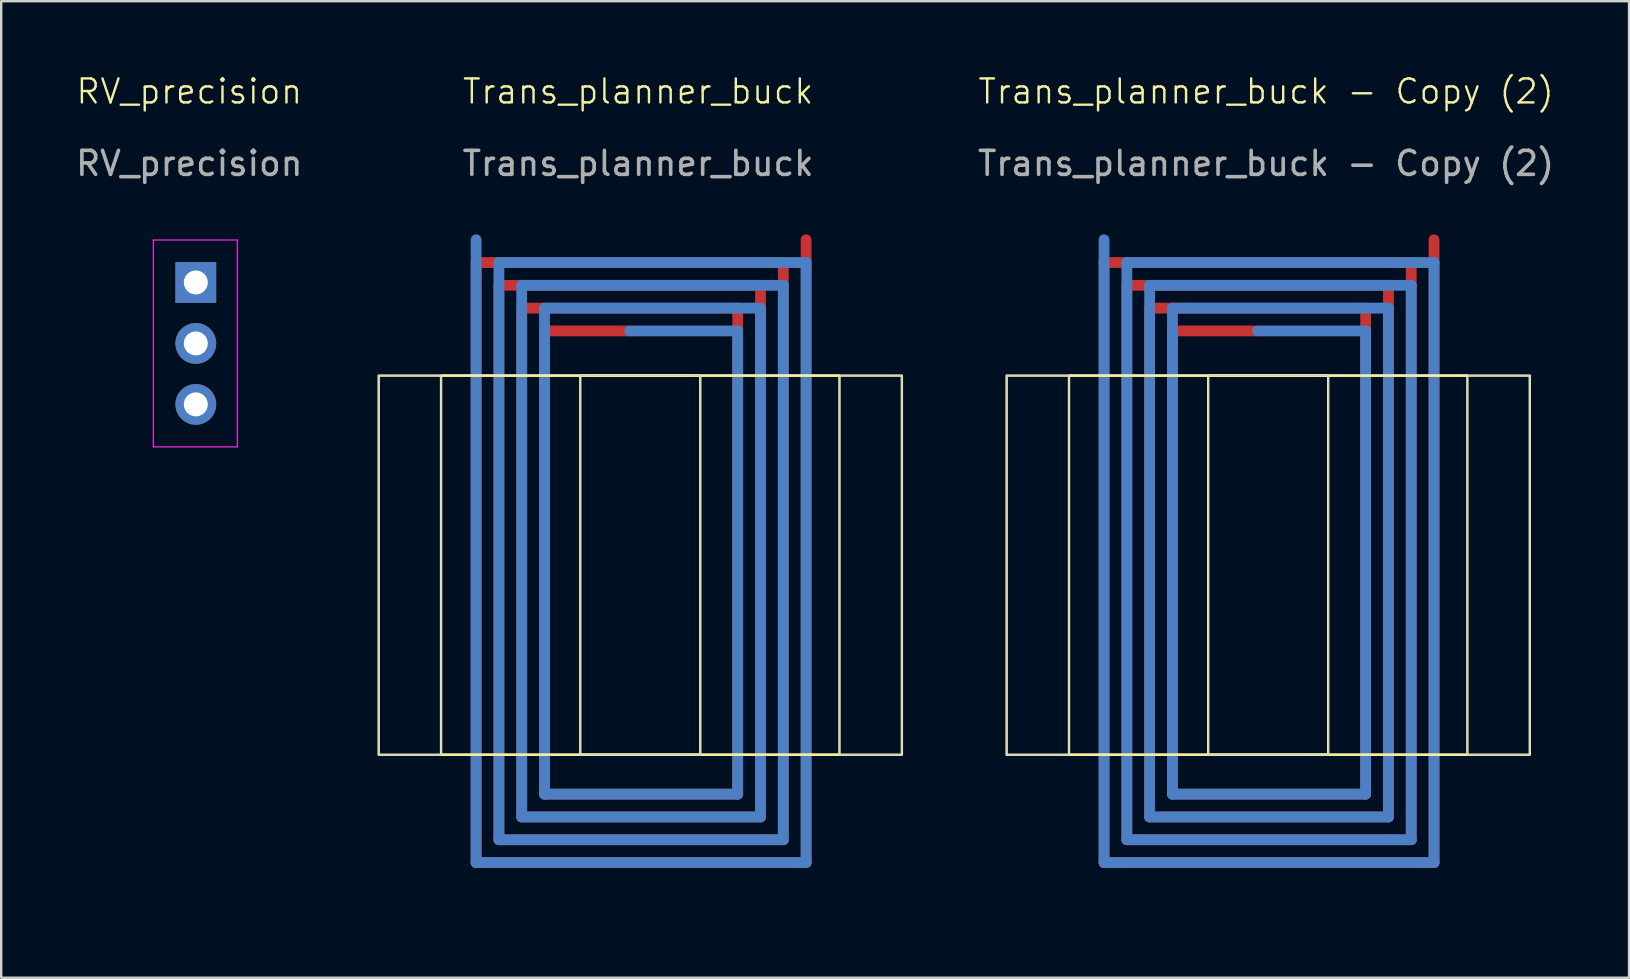
<source format=kicad_pcb>
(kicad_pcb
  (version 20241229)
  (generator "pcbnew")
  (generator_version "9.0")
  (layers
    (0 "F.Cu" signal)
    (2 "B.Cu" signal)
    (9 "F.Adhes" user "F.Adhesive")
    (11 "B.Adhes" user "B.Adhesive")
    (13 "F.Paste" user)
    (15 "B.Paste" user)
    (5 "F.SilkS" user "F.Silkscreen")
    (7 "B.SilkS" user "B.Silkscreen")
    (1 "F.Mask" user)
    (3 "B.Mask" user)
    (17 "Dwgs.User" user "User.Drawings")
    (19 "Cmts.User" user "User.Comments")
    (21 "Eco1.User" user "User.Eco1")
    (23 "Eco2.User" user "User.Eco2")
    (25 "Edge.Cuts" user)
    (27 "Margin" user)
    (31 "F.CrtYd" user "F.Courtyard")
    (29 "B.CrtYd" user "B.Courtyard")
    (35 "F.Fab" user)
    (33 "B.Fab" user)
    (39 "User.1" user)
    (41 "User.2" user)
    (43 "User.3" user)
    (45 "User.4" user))
  (footprint "Trans_planner_buck"
    (layer "F.Cu")
    (at 23.539 1.26)
    (property "Reference" "Trans_planner_buck" (at 0 -0.5 0) (unlocked yes) (layer "F.SilkS") (effects (font (size 1 1) (thickness 0.1))))
    (fp_line (start -6.75 6.63) (end 6.05 6.63) (stroke (width 0.45) (type default)) (layer "F.Cu"))
    (fp_line (start -6.75 31.63) (end -6.75 6.63) (stroke (width 0.45) (type default)) (layer "F.Cu"))
    (fp_line (start -5.8 7.58) (end 5.1 7.58) (stroke (width 0.45) (type default)) (layer "F.Cu"))
    (fp_line (start -5.8 30.68) (end -5.8 7.58) (stroke (width 0.45) (type default)) (layer "F.Cu"))
    (fp_line (start -4.85 8.53) (end 4.15 8.53) (stroke (width 0.45) (type default)) (layer "F.Cu"))
    (fp_line (start -4.85 29.73) (end -4.85 8.53) (stroke (width 0.45) (type default)) (layer "F.Cu"))
    (fp_line (start -3.9 9.48) (end -0.4 9.48) (stroke (width 0.45) (type default)) (layer "F.Cu"))
    (fp_line (start -3.9 28.78) (end -3.9 9.48) (stroke (width 0.45) (type default)) (layer "F.Cu"))
    (fp_line (start 4.15 8.53) (end 4.15 28.78) (stroke (width 0.45) (type default)) (layer "F.Cu"))
    (fp_line (start 4.15 28.78) (end -3.9 28.78) (stroke (width 0.45) (type default)) (layer "F.Cu"))
    (fp_line (start 5.1 7.58) (end 5.1 29.73) (stroke (width 0.45) (type default)) (layer "F.Cu"))
    (fp_line (start 5.1 29.73) (end -4.85 29.73) (stroke (width 0.45) (type default)) (layer "F.Cu"))
    (fp_line (start 6.05 6.63) (end 6.05 30.68) (stroke (width 0.45) (type default)) (layer "F.Cu"))
    (fp_line (start 6.05 30.68) (end -5.8 30.68) (stroke (width 0.45) (type default)) (layer "F.Cu"))
    (fp_line (start 7 5.68) (end 7 31.63) (stroke (width 0.45) (type default)) (layer "F.Cu"))
    (fp_line (start 7 31.63) (end -6.75 31.63) (stroke (width 0.45) (type default)) (layer "F.Cu"))
    (fp_line (start -6.75 5.68) (end -6.75 31.63) (stroke (width 0.45) (type default)) (layer "B.Cu"))
    (fp_line (start -6.75 31.63) (end 7 31.63) (stroke (width 0.45) (type default)) (layer "B.Cu"))
    (fp_line (start -5.8 6.63) (end -5.8 30.68) (stroke (width 0.45) (type default)) (layer "B.Cu"))
    (fp_line (start -5.8 30.68) (end 6.05 30.68) (stroke (width 0.45) (type default)) (layer "B.Cu"))
    (fp_line (start -4.85 7.58) (end -4.85 29.73) (stroke (width 0.45) (type default)) (layer "B.Cu"))
    (fp_line (start -4.85 29.73) (end 5.1 29.73) (stroke (width 0.45) (type default)) (layer "B.Cu"))
    (fp_line (start -3.9 8.53) (end -3.9 28.78) (stroke (width 0.45) (type default)) (layer "B.Cu"))
    (fp_line (start -3.9 28.78) (end 4.15 28.78) (stroke (width 0.45) (type default)) (layer "B.Cu"))
    (fp_line (start 4.15 9.48) (end -0.35 9.48) (stroke (width 0.45) (type default)) (layer "B.Cu"))
    (fp_line (start 4.15 28.78) (end 4.15 9.48) (stroke (width 0.45) (type default)) (layer "B.Cu"))
    (fp_line (start 5.1 8.53) (end -3.9 8.53) (stroke (width 0.45) (type default)) (layer "B.Cu"))
    (fp_line (start 5.1 29.73) (end 5.1 8.53) (stroke (width 0.45) (type default)) (layer "B.Cu"))
    (fp_line (start 6.05 7.58) (end -4.85 7.58) (stroke (width 0.45) (type default)) (layer "B.Cu"))
    (fp_line (start 6.05 30.68) (end 6.05 7.58) (stroke (width 0.45) (type default)) (layer "B.Cu"))
    (fp_line (start 7 6.63) (end -5.8 6.63) (stroke (width 0.45) (type default)) (layer "B.Cu"))
    (fp_line (start 7 31.63) (end 7 6.63) (stroke (width 0.45) (type default)) (layer "B.Cu"))
    (fp_line (start -5.85 7.055) (end 6 7.055) (stroke (width 1) (type solid)) (layer "In1.Cu"))
    (fp_line (start -5.85 28.56) (end -5.85 7.055) (stroke (width 1) (type solid)) (layer "In1.Cu"))
    (fp_line (start 6 7.055) (end 6 28.55) (stroke (width 1) (type solid)) (layer "In1.Cu"))
    (fp_rect (start -10.81 11.34) (end 10.99 27.14) (stroke (width 0.1) (type solid)) (fill no) (layer "F.SilkS"))
    (fp_rect (start -8.21 11.34) (end 8.39 27.14) (stroke (width 0.1) (type solid)) (fill no) (layer "F.SilkS"))
    (fp_rect (start -2.41 11.34) (end 2.59 27.14) (stroke (width 0.1) (type solid)) (fill no) (layer "F.SilkS"))
    (fp_line (start -5.85 32.93) (end -5.85 7.06) (stroke (width 1) (type solid)) (layer "In2.Cu"))
    (fp_line (start 6 7.06) (end 6 32.68) (stroke (width 1) (type solid)) (layer "In2.Cu"))
    (fp_rect (start -10.8 11.34) (end -8.21 27.14) (stroke (width 0.05) (type default)) (fill no) (layer "Edge.Cuts"))
    (fp_rect (start -2.41 11.34) (end 2.6 27.14) (stroke (width 0.05) (type default)) (fill no) (layer "Edge.Cuts"))
    (fp_rect (start 8.39 11.34) (end 10.99 27.13) (stroke (width 0.05) (type default)) (fill no) (layer "Edge.Cuts"))
    (fp_text user "${REFERENCE}" (at 0 2.5 0) (unlocked yes) (layer "F.Fab") (effects (font (size 1 1) (thickness 0.15)))))
  (footprint "RV_precision"
    (layer "F.Cu")
    (at 4.839 1.26)
    (property "Reference" "RV_precision" (at 0 -0.5 0) (unlocked yes) (layer "F.SilkS") (effects (font (size 1 1) (thickness 0.1))))
    (fp_line (start -1.5 5.69) (end -1.5 14.31) (stroke (width 0.05) (type solid)) (layer "F.CrtYd"))
    (fp_line (start -1.5 14.31) (end 2 14.31) (stroke (width 0.05) (type solid)) (layer "F.CrtYd"))
    (fp_line (start 2 5.69) (end -1.5 5.69) (stroke (width 0.05) (type solid)) (layer "F.CrtYd"))
    (fp_line (start 2 14.31) (end 2 5.69) (stroke (width 0.05) (type solid)) (layer "F.CrtYd"))
    (fp_line (start -0.05 7.14) (end -0.05 7.78) (stroke (width 0.1) (type solid)) (layer "F.Fab"))
    (fp_line (start -0.05 9.68) (end -0.05 10.32) (stroke (width 0.1) (type solid)) (layer "F.Fab"))
    (fp_line (start -0.05 12.22) (end -0.05 12.86) (stroke (width 0.1) (type solid)) (layer "F.Fab"))
    (fp_text user "${REFERENCE}" (at 0 2.5 0) (unlocked yes) (layer "F.Fab") (effects (font (size 1 1) (thickness 0.15))))
    (pad "1" thru_hole rect (at 0.27 7.46) (size 1.7 1.7) (drill 1) (layers "*.Cu" "*.Mask"))
    (pad "2" thru_hole circle (at 0.27 10) (size 1.7 1.7) (drill 1) (layers "*.Cu" "*.Mask"))
    (pad "3" thru_hole circle (at 0.27 12.54) (size 1.7 1.7) (drill 1) (layers "*.Cu" "*.Mask")))
  (footprint "Trans_planner_buck - Copy (2)"
    (layer "F.Cu")
    (at 49.704 1.26)
    (property "Reference" "Trans_planner_buck - Copy (2)" (at 0 -0.5 0) (unlocked yes) (layer "F.SilkS") (effects (font (size 1 1) (thickness 0.1))))
    (fp_line (start -6.75 6.63) (end 6.05 6.63) (stroke (width 0.45) (type default)) (layer "F.Cu"))
    (fp_line (start -6.75 31.63) (end -6.75 6.63) (stroke (width 0.45) (type default)) (layer "F.Cu"))
    (fp_line (start -5.8 7.58) (end 5.1 7.58) (stroke (width 0.45) (type default)) (layer "F.Cu"))
    (fp_line (start -5.8 30.68) (end -5.8 7.58) (stroke (width 0.45) (type default)) (layer "F.Cu"))
    (fp_line (start -4.85 8.53) (end 4.15 8.53) (stroke (width 0.45) (type default)) (layer "F.Cu"))
    (fp_line (start -4.85 29.73) (end -4.85 8.53) (stroke (width 0.45) (type default)) (layer "F.Cu"))
    (fp_line (start -3.9 9.48) (end -0.4 9.48) (stroke (width 0.45) (type default)) (layer "F.Cu"))
    (fp_line (start -3.9 28.78) (end -3.9 9.48) (stroke (width 0.45) (type default)) (layer "F.Cu"))
    (fp_line (start 4.15 8.53) (end 4.15 28.78) (stroke (width 0.45) (type default)) (layer "F.Cu"))
    (fp_line (start 4.15 28.78) (end -3.9 28.78) (stroke (width 0.45) (type default)) (layer "F.Cu"))
    (fp_line (start 5.1 7.58) (end 5.1 29.73) (stroke (width 0.45) (type default)) (layer "F.Cu"))
    (fp_line (start 5.1 29.73) (end -4.85 29.73) (stroke (width 0.45) (type default)) (layer "F.Cu"))
    (fp_line (start 6.05 6.63) (end 6.05 30.68) (stroke (width 0.45) (type default)) (layer "F.Cu"))
    (fp_line (start 6.05 30.68) (end -5.8 30.68) (stroke (width 0.45) (type default)) (layer "F.Cu"))
    (fp_line (start 7 5.68) (end 7 31.63) (stroke (width 0.45) (type default)) (layer "F.Cu"))
    (fp_line (start 7 31.63) (end -6.75 31.63) (stroke (width 0.45) (type default)) (layer "F.Cu"))
    (fp_line (start -6.75 5.68) (end -6.75 31.63) (stroke (width 0.45) (type default)) (layer "B.Cu"))
    (fp_line (start -6.75 31.63) (end 7 31.63) (stroke (width 0.45) (type default)) (layer "B.Cu"))
    (fp_line (start -5.8 6.63) (end -5.8 30.68) (stroke (width 0.45) (type default)) (layer "B.Cu"))
    (fp_line (start -5.8 30.68) (end 6.05 30.68) (stroke (width 0.45) (type default)) (layer "B.Cu"))
    (fp_line (start -4.85 7.58) (end -4.85 29.73) (stroke (width 0.45) (type default)) (layer "B.Cu"))
    (fp_line (start -4.85 29.73) (end 5.1 29.73) (stroke (width 0.45) (type default)) (layer "B.Cu"))
    (fp_line (start -3.9 8.53) (end -3.9 28.78) (stroke (width 0.45) (type default)) (layer "B.Cu"))
    (fp_line (start -3.9 28.78) (end 4.15 28.78) (stroke (width 0.45) (type default)) (layer "B.Cu"))
    (fp_line (start 4.15 9.48) (end -0.35 9.48) (stroke (width 0.45) (type default)) (layer "B.Cu"))
    (fp_line (start 4.15 28.78) (end 4.15 9.48) (stroke (width 0.45) (type default)) (layer "B.Cu"))
    (fp_line (start 5.1 8.53) (end -3.9 8.53) (stroke (width 0.45) (type default)) (layer "B.Cu"))
    (fp_line (start 5.1 29.73) (end 5.1 8.53) (stroke (width 0.45) (type default)) (layer "B.Cu"))
    (fp_line (start 6.05 7.58) (end -4.85 7.58) (stroke (width 0.45) (type default)) (layer "B.Cu"))
    (fp_line (start 6.05 30.68) (end 6.05 7.58) (stroke (width 0.45) (type default)) (layer "B.Cu"))
    (fp_line (start 7 6.63) (end -5.8 6.63) (stroke (width 0.45) (type default)) (layer "B.Cu"))
    (fp_line (start 7 31.63) (end 7 6.63) (stroke (width 0.45) (type default)) (layer "B.Cu"))
    (fp_line (start -5.85 7.055) (end 6 7.055) (stroke (width 1) (type solid)) (layer "In1.Cu"))
    (fp_line (start -5.85 28.56) (end -5.85 7.055) (stroke (width 1) (type solid)) (layer "In1.Cu"))
    (fp_line (start 6 7.055) (end 6 28.55) (stroke (width 1) (type solid)) (layer "In1.Cu"))
    (fp_rect (start -10.81 11.34) (end 10.99 27.14) (stroke (width 0.1) (type solid)) (fill no) (layer "F.SilkS"))
    (fp_rect (start -8.21 11.34) (end 8.39 27.14) (stroke (width 0.1) (type solid)) (fill no) (layer "F.SilkS"))
    (fp_rect (start -2.41 11.34) (end 2.59 27.14) (stroke (width 0.1) (type solid)) (fill no) (layer "F.SilkS"))
    (fp_rect (start -10.8 11.34) (end -8.21 27.14) (stroke (width 0.05) (type default)) (fill no) (layer "Edge.Cuts"))
    (fp_rect (start -2.41 11.34) (end 2.6 27.14) (stroke (width 0.05) (type default)) (fill no) (layer "Edge.Cuts"))
    (fp_rect (start 8.39 11.34) (end 10.99 27.13) (stroke (width 0.05) (type default)) (fill no) (layer "Edge.Cuts"))
    (fp_text user "${REFERENCE}" (at 0 2.5 0) (unlocked yes) (layer "F.Fab") (effects (font (size 1 1) (thickness 0.15)))))
  (gr_rect
    (start -3 -3)
    (end 64.829 37.691)
    (stroke (width 0.1) (type default))
    (fill no)
    (layer "Edge.Cuts")))
</source>
